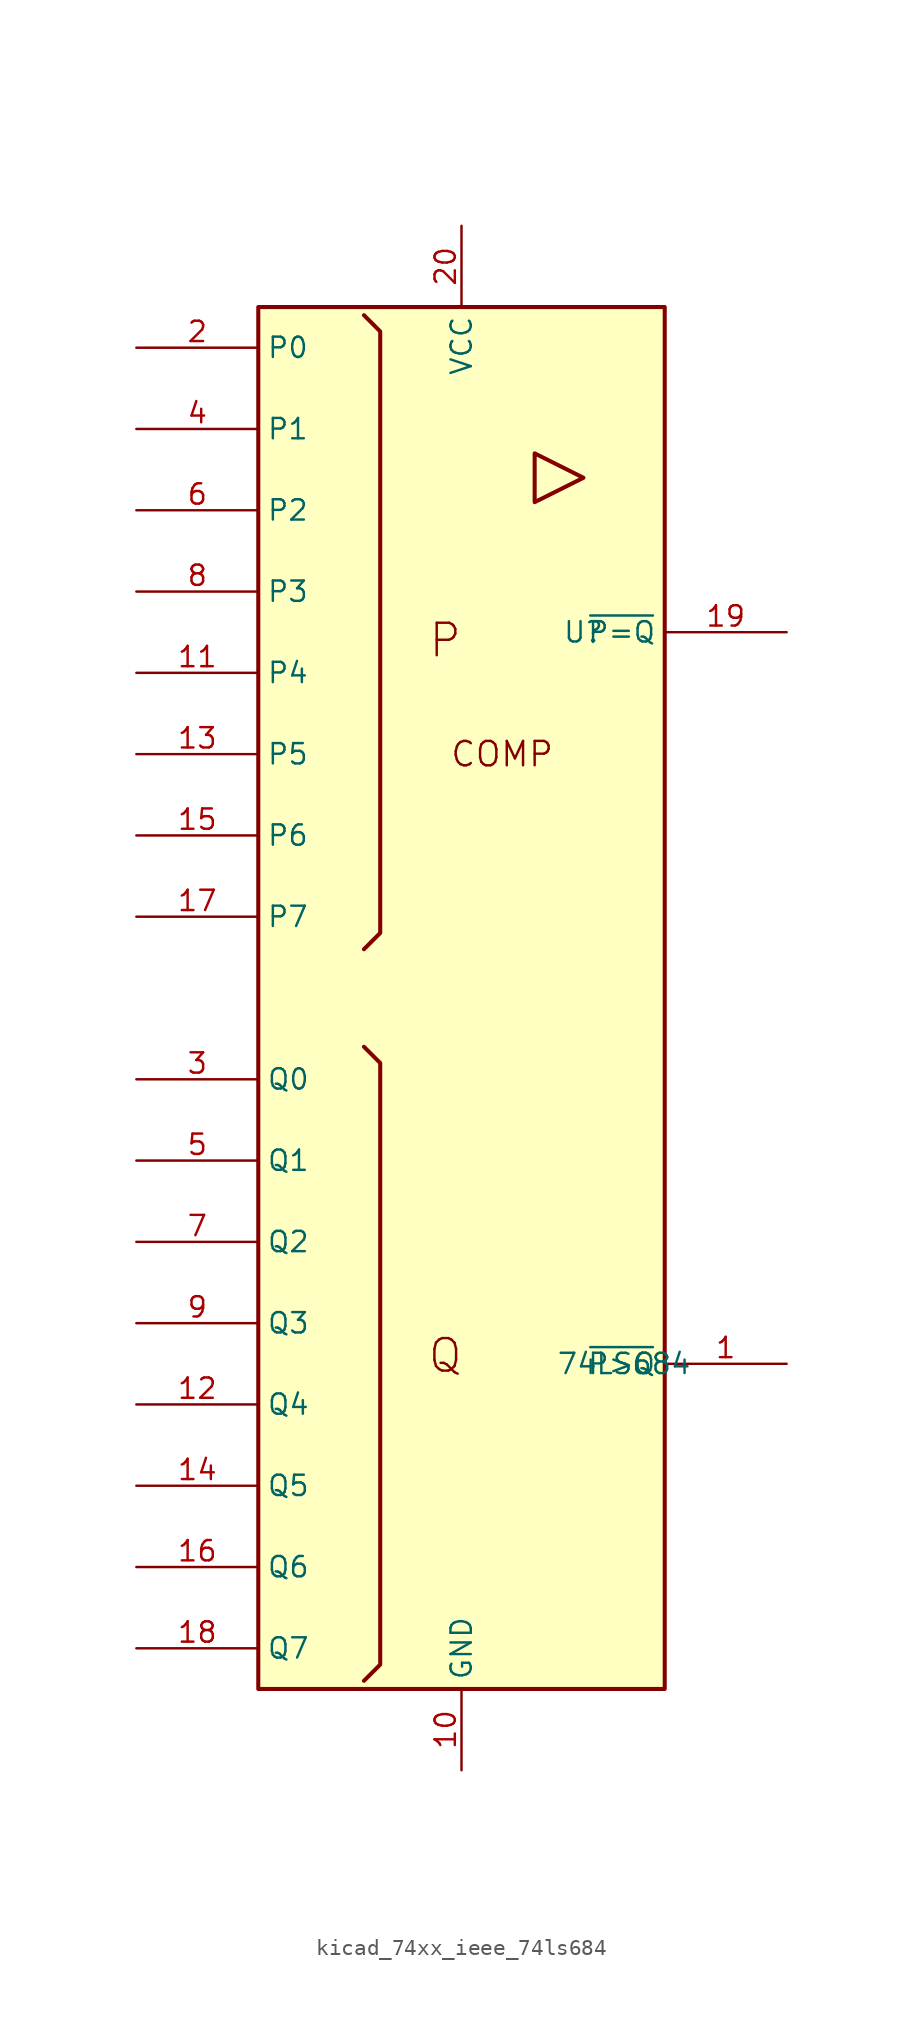
<source format=kicad_sym>
(kicad_symbol_lib
  (version 20220914)
  (generator kicad_symbol_editor)
  (symbol "kicad_74xx_ieee_74ls684"
    (property "Reference" "U"
      (at 7.62 22.86 0)
      (effects (font (size 1.27 1.27))))
    (property "Value" "74LS684"
      (at 10.16 -22.86 0)
      (effects (font (size 1.27 1.27))))
    (symbol "kicad_74xx_ieee_74ls684_0_0"
      (polyline (pts (xy 4.572 34.036) (xy 4.572 30.988) (xy 7.62 32.512) (xy 4.572 34.036) (xy 4.572 34.036)) (stroke (width 0.254) (type default)) (fill (type background)))
      (text "COMP" (at 2.54 15.24 0) (effects (font (size 1.524 1.524))))
      (text "P" (at -1.016 22.352 0) (effects (font (size 2.032 2.032))))
      (text "Q" (at -1.016 -22.352 0) (effects (font (size 2.032 2.032)))))
    (symbol "kicad_74xx_ieee_74ls684_0_1"
      (rectangle (start -12.7 43.18) (end 12.7 -43.18) (stroke (width 0.254) (type default)) (fill (type background)))
      (polyline (pts (xy -6.096 -3.048) (xy -5.08 -4.064) (xy -5.08 -41.656) (xy -6.096 -42.672) (xy -6.096 -42.672)) (stroke (width 0.254) (type default)) (fill (type background)))
      (polyline (pts (xy -6.096 42.672) (xy -5.08 41.656) (xy -5.08 4.064) (xy -6.096 3.048) (xy -6.096 3.048)) (stroke (width 0.254) (type default)) (fill (type background)))
      (pin power_in line (at 0 -48.26 90) (length 5.08) (name "GND" (effects (font (size 1.27 1.27)))) (number "10" (effects (font (size 1.27 1.27))))))
    (symbol "kicad_74xx_ieee_74ls684_1_1"
      (pin output line (at 20.32 -22.86 180) (length 7.62) (name "~{P>Q}" (effects (font (size 1.27 1.27)))) (number "1" (effects (font (size 1.27 1.27)))))
      (pin input line (at -20.32 20.32 0) (length 7.62) (name "P4" (effects (font (size 1.27 1.27)))) (number "11" (effects (font (size 1.27 1.27)))))
      (pin input line (at -20.32 -25.4 0) (length 7.62) (name "Q4" (effects (font (size 1.27 1.27)))) (number "12" (effects (font (size 1.27 1.27)))))
      (pin input line (at -20.32 15.24 0) (length 7.62) (name "P5" (effects (font (size 1.27 1.27)))) (number "13" (effects (font (size 1.27 1.27)))))
      (pin input line (at -20.32 -30.48 0) (length 7.62) (name "Q5" (effects (font (size 1.27 1.27)))) (number "14" (effects (font (size 1.27 1.27)))))
      (pin input line (at -20.32 10.16 0) (length 7.62) (name "P6" (effects (font (size 1.27 1.27)))) (number "15" (effects (font (size 1.27 1.27)))))
      (pin input line (at -20.32 -35.56 0) (length 7.62) (name "Q6" (effects (font (size 1.27 1.27)))) (number "16" (effects (font (size 1.27 1.27)))))
      (pin input line (at -20.32 5.08 0) (length 7.62) (name "P7" (effects (font (size 1.27 1.27)))) (number "17" (effects (font (size 1.27 1.27)))))
      (pin input line (at -20.32 -40.64 0) (length 7.62) (name "Q7" (effects (font (size 1.27 1.27)))) (number "18" (effects (font (size 1.27 1.27)))))
      (pin output line (at 20.32 22.86 180) (length 7.62) (name "~{P=Q}" (effects (font (size 1.27 1.27)))) (number "19" (effects (font (size 1.27 1.27)))))
      (pin input line (at -20.32 40.64 0) (length 7.62) (name "P0" (effects (font (size 1.27 1.27)))) (number "2" (effects (font (size 1.27 1.27)))))
      (pin power_in line (at 0 48.26 270) (length 5.08) (name "VCC" (effects (font (size 1.27 1.27)))) (number "20" (effects (font (size 1.27 1.27)))))
      (pin input line (at -20.32 -5.08 0) (length 7.62) (name "Q0" (effects (font (size 1.27 1.27)))) (number "3" (effects (font (size 1.27 1.27)))))
      (pin input line (at -20.32 35.56 0) (length 7.62) (name "P1" (effects (font (size 1.27 1.27)))) (number "4" (effects (font (size 1.27 1.27)))))
      (pin input line (at -20.32 -10.16 0) (length 7.62) (name "Q1" (effects (font (size 1.27 1.27)))) (number "5" (effects (font (size 1.27 1.27)))))
      (pin input line (at -20.32 30.48 0) (length 7.62) (name "P2" (effects (font (size 1.27 1.27)))) (number "6" (effects (font (size 1.27 1.27)))))
      (pin input line (at -20.32 -15.24 0) (length 7.62) (name "Q2" (effects (font (size 1.27 1.27)))) (number "7" (effects (font (size 1.27 1.27)))))
      (pin input line (at -20.32 25.4 0) (length 7.62) (name "P3" (effects (font (size 1.27 1.27)))) (number "8" (effects (font (size 1.27 1.27)))))
      (pin input line (at -20.32 -20.32 0) (length 7.62) (name "Q3" (effects (font (size 1.27 1.27)))) (number "9" (effects (font (size 1.27 1.27))))))))
</source>
